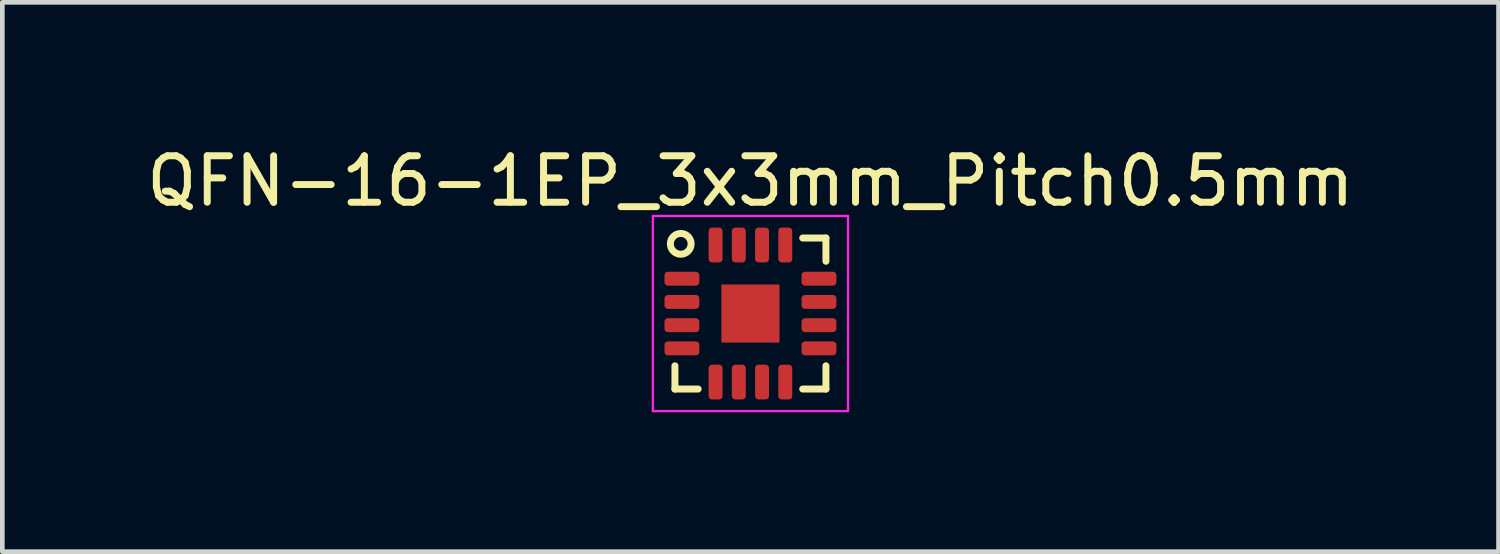
<source format=kicad_pcb>
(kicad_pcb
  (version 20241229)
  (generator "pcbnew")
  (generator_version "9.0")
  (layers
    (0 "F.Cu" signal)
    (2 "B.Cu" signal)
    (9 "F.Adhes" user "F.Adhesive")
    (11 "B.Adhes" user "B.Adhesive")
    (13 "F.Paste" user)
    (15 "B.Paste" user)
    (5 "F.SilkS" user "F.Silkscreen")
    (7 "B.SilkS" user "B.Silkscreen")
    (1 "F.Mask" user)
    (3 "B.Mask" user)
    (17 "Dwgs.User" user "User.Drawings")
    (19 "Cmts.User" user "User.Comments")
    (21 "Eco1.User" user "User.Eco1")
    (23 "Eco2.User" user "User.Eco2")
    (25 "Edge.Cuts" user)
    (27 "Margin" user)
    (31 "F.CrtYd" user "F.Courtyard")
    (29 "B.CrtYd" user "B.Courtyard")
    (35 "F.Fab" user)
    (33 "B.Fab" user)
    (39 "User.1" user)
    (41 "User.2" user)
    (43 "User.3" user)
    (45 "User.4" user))
  (footprint "QFN-16-1EP_3x3mm_Pitch0.5mm"
    (layer "F.Cu")
    (at 13.101 3.698)
    (property "Reference" "QFN-16-1EP_3x3mm_Pitch0.5mm" (at 0 -2.85 0) (layer "F.SilkS") (effects (font (size 1 1) (thickness 0.15))))
    (attr smd)
    (fp_line (start -1.625 1.625) (end -1.625 1.125) (stroke (width 0.15) (type solid)) (layer "F.SilkS"))
    (fp_line (start -1.625 1.625) (end -1.125 1.625) (stroke (width 0.15) (type solid)) (layer "F.SilkS"))
    (fp_line (start 1.625 -1.625) (end 1.125 -1.625) (stroke (width 0.15) (type solid)) (layer "F.SilkS"))
    (fp_line (start 1.625 -1.625) (end 1.625 -1.125) (stroke (width 0.15) (type solid)) (layer "F.SilkS"))
    (fp_line (start 1.625 1.625) (end 1.125 1.625) (stroke (width 0.15) (type solid)) (layer "F.SilkS"))
    (fp_line (start 1.625 1.625) (end 1.625 1.125) (stroke (width 0.15) (type solid)) (layer "F.SilkS"))
    (fp_circle (center -1.5 -1.5) (end -1.3 -1.4) (stroke (width 0.15) (type solid)) (fill no) (layer "F.SilkS"))
    (fp_line (start -2.1 -2.1) (end -2.1 2.1) (stroke (width 0.05) (type solid)) (layer "F.CrtYd"))
    (fp_line (start -2.1 -2.1) (end 2.1 -2.1) (stroke (width 0.05) (type solid)) (layer "F.CrtYd"))
    (fp_line (start -2.1 2.1) (end 2.1 2.1) (stroke (width 0.05) (type solid)) (layer "F.CrtYd"))
    (fp_line (start 2.1 -2.1) (end 2.1 2.1) (stroke (width 0.05) (type solid)) (layer "F.CrtYd"))
    (pad "1" smd roundrect (at -1.475 -0.75) (size 0.75 0.3) (layers "F.Cu" "F.Mask" "F.Paste") (roundrect_rratio 0.25))
    (pad "2" smd roundrect (at -1.475 -0.25) (size 0.75 0.3) (layers "F.Cu" "F.Mask" "F.Paste") (roundrect_rratio 0.25))
    (pad "3" smd roundrect (at -1.475 0.25) (size 0.75 0.3) (layers "F.Cu" "F.Mask" "F.Paste") (roundrect_rratio 0.25))
    (pad "4" smd roundrect (at -1.475 0.75) (size 0.75 0.3) (layers "F.Cu" "F.Mask" "F.Paste") (roundrect_rratio 0.25))
    (pad "5" smd roundrect (at -0.75 1.475 90) (size 0.75 0.3) (layers "F.Cu" "F.Mask" "F.Paste") (roundrect_rratio 0.25))
    (pad "6" smd roundrect (at -0.25 1.475 90) (size 0.75 0.3) (layers "F.Cu" "F.Mask" "F.Paste") (roundrect_rratio 0.25))
    (pad "7" smd roundrect (at 0.25 1.475 90) (size 0.75 0.3) (layers "F.Cu" "F.Mask" "F.Paste") (roundrect_rratio 0.25))
    (pad "8" smd roundrect (at 0.75 1.475 90) (size 0.75 0.3) (layers "F.Cu" "F.Mask" "F.Paste") (roundrect_rratio 0.25))
    (pad "9" smd roundrect (at 1.475 0.75) (size 0.75 0.3) (layers "F.Cu" "F.Mask" "F.Paste") (roundrect_rratio 0.25))
    (pad "10" smd roundrect (at 1.475 0.25) (size 0.75 0.3) (layers "F.Cu" "F.Mask" "F.Paste") (roundrect_rratio 0.25))
    (pad "11" smd roundrect (at 1.475 -0.25) (size 0.75 0.3) (layers "F.Cu" "F.Mask" "F.Paste") (roundrect_rratio 0.25))
    (pad "12" smd roundrect (at 1.475 -0.75) (size 0.75 0.3) (layers "F.Cu" "F.Mask" "F.Paste") (roundrect_rratio 0.25))
    (pad "13" smd roundrect (at 0.75 -1.475 90) (size 0.75 0.3) (layers "F.Cu" "F.Mask" "F.Paste") (roundrect_rratio 0.25))
    (pad "14" smd roundrect (at 0.25 -1.475 90) (size 0.75 0.3) (layers "F.Cu" "F.Mask" "F.Paste") (roundrect_rratio 0.25))
    (pad "15" smd roundrect (at -0.25 -1.475 90) (size 0.75 0.3) (layers "F.Cu" "F.Mask" "F.Paste") (roundrect_rratio 0.25))
    (pad "16" smd roundrect (at -0.75 -1.475 90) (size 0.75 0.3) (layers "F.Cu" "F.Mask" "F.Paste") (roundrect_rratio 0.25))
    (pad "17" smd rect (at 0 0) (size 1.25 1.25) (layers "F.Cu" "F.Mask" "F.Paste")))
  (gr_rect
    (start -3 -3)
    (end 29.202 8.823)
    (stroke (width 0.1) (type default))
    (fill no)
    (layer "Edge.Cuts")))
</source>
